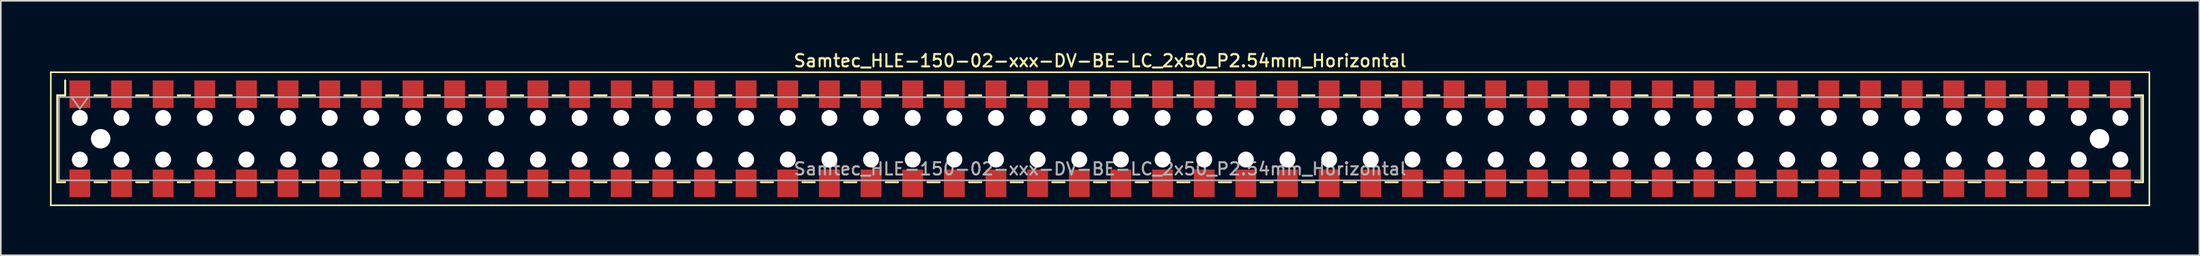
<source format=kicad_pcb>
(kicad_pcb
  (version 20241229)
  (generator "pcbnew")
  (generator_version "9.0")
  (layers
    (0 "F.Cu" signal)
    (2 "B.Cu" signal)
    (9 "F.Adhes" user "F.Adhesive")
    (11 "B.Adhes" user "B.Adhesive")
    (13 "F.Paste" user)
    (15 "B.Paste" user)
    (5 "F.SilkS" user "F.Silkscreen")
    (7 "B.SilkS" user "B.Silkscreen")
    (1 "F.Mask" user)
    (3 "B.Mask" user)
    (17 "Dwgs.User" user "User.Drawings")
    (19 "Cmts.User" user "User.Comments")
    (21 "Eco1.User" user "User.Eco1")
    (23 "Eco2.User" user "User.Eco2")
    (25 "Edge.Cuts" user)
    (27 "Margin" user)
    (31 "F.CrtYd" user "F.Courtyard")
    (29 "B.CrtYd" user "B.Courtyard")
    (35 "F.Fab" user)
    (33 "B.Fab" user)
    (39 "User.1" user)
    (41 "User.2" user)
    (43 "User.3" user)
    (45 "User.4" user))
  (footprint "Samtec_HLE-150-02-xxx-DV-BE-LC_2x50_P2.54mm_Horizontal"
    (layer "F.Cu")
    (at 64.05 5.418)
    (property "Reference" "Samtec_HLE-150-02-xxx-DV-BE-LC_2x50_P2.54mm_Horizontal" (at 0 -4.76 0) (layer "F.SilkS") (effects (font (size 0.75 0.75) (thickness 0.125))))
    (attr smd)
    (fp_line (start -64 -4.06) (end 64 -4.06) (stroke (width 0.1) (type solid)) (layer "F.SilkS"))
    (fp_line (start -64 4.06) (end -64 -4.06) (stroke (width 0.1) (type solid)) (layer "F.SilkS"))
    (fp_line (start -63.61 -2.65) (end -63.61 2.65) (stroke (width 0.12) (type solid)) (layer "F.SilkS"))
    (fp_line (start -63.61 2.65) (end -63.125 2.65) (stroke (width 0.12) (type solid)) (layer "F.SilkS"))
    (fp_line (start -63.125 -3.56) (end -63.125 -2.65) (stroke (width 0.12) (type solid)) (layer "F.SilkS"))
    (fp_line (start -63.125 -2.65) (end -63.61 -2.65) (stroke (width 0.12) (type solid)) (layer "F.SilkS"))
    (fp_line (start -61.335 -2.65) (end -60.585 -2.65) (stroke (width 0.12) (type solid)) (layer "F.SilkS"))
    (fp_line (start -61.335 2.65) (end -60.585 2.65) (stroke (width 0.12) (type solid)) (layer "F.SilkS"))
    (fp_line (start -58.795 -2.65) (end -58.045 -2.65) (stroke (width 0.12) (type solid)) (layer "F.SilkS"))
    (fp_line (start -58.795 2.65) (end -58.045 2.65) (stroke (width 0.12) (type solid)) (layer "F.SilkS"))
    (fp_line (start -56.255 -2.65) (end -55.505 -2.65) (stroke (width 0.12) (type solid)) (layer "F.SilkS"))
    (fp_line (start -56.255 2.65) (end -55.505 2.65) (stroke (width 0.12) (type solid)) (layer "F.SilkS"))
    (fp_line (start -53.715 -2.65) (end -52.965 -2.65) (stroke (width 0.12) (type solid)) (layer "F.SilkS"))
    (fp_line (start -53.715 2.65) (end -52.965 2.65) (stroke (width 0.12) (type solid)) (layer "F.SilkS"))
    (fp_line (start -51.175 -2.65) (end -50.425 -2.65) (stroke (width 0.12) (type solid)) (layer "F.SilkS"))
    (fp_line (start -51.175 2.65) (end -50.425 2.65) (stroke (width 0.12) (type solid)) (layer "F.SilkS"))
    (fp_line (start -48.635 -2.65) (end -47.885 -2.65) (stroke (width 0.12) (type solid)) (layer "F.SilkS"))
    (fp_line (start -48.635 2.65) (end -47.885 2.65) (stroke (width 0.12) (type solid)) (layer "F.SilkS"))
    (fp_line (start -46.095 -2.65) (end -45.345 -2.65) (stroke (width 0.12) (type solid)) (layer "F.SilkS"))
    (fp_line (start -46.095 2.65) (end -45.345 2.65) (stroke (width 0.12) (type solid)) (layer "F.SilkS"))
    (fp_line (start -43.555 -2.65) (end -42.805 -2.65) (stroke (width 0.12) (type solid)) (layer "F.SilkS"))
    (fp_line (start -43.555 2.65) (end -42.805 2.65) (stroke (width 0.12) (type solid)) (layer "F.SilkS"))
    (fp_line (start -41.015 -2.65) (end -40.265 -2.65) (stroke (width 0.12) (type solid)) (layer "F.SilkS"))
    (fp_line (start -41.015 2.65) (end -40.265 2.65) (stroke (width 0.12) (type solid)) (layer "F.SilkS"))
    (fp_line (start -38.475 -2.65) (end -37.725 -2.65) (stroke (width 0.12) (type solid)) (layer "F.SilkS"))
    (fp_line (start -38.475 2.65) (end -37.725 2.65) (stroke (width 0.12) (type solid)) (layer "F.SilkS"))
    (fp_line (start -35.935 -2.65) (end -35.185 -2.65) (stroke (width 0.12) (type solid)) (layer "F.SilkS"))
    (fp_line (start -35.935 2.65) (end -35.185 2.65) (stroke (width 0.12) (type solid)) (layer "F.SilkS"))
    (fp_line (start -33.395 -2.65) (end -32.645 -2.65) (stroke (width 0.12) (type solid)) (layer "F.SilkS"))
    (fp_line (start -33.395 2.65) (end -32.645 2.65) (stroke (width 0.12) (type solid)) (layer "F.SilkS"))
    (fp_line (start -30.855 -2.65) (end -30.105 -2.65) (stroke (width 0.12) (type solid)) (layer "F.SilkS"))
    (fp_line (start -30.855 2.65) (end -30.105 2.65) (stroke (width 0.12) (type solid)) (layer "F.SilkS"))
    (fp_line (start -28.315 -2.65) (end -27.565 -2.65) (stroke (width 0.12) (type solid)) (layer "F.SilkS"))
    (fp_line (start -28.315 2.65) (end -27.565 2.65) (stroke (width 0.12) (type solid)) (layer "F.SilkS"))
    (fp_line (start -25.775 -2.65) (end -25.025 -2.65) (stroke (width 0.12) (type solid)) (layer "F.SilkS"))
    (fp_line (start -25.775 2.65) (end -25.025 2.65) (stroke (width 0.12) (type solid)) (layer "F.SilkS"))
    (fp_line (start -23.235 -2.65) (end -22.485 -2.65) (stroke (width 0.12) (type solid)) (layer "F.SilkS"))
    (fp_line (start -23.235 2.65) (end -22.485 2.65) (stroke (width 0.12) (type solid)) (layer "F.SilkS"))
    (fp_line (start -20.695 -2.65) (end -19.945 -2.65) (stroke (width 0.12) (type solid)) (layer "F.SilkS"))
    (fp_line (start -20.695 2.65) (end -19.945 2.65) (stroke (width 0.12) (type solid)) (layer "F.SilkS"))
    (fp_line (start -18.155 -2.65) (end -17.405 -2.65) (stroke (width 0.12) (type solid)) (layer "F.SilkS"))
    (fp_line (start -18.155 2.65) (end -17.405 2.65) (stroke (width 0.12) (type solid)) (layer "F.SilkS"))
    (fp_line (start -15.615 -2.65) (end -14.865 -2.65) (stroke (width 0.12) (type solid)) (layer "F.SilkS"))
    (fp_line (start -15.615 2.65) (end -14.865 2.65) (stroke (width 0.12) (type solid)) (layer "F.SilkS"))
    (fp_line (start -13.075 -2.65) (end -12.325 -2.65) (stroke (width 0.12) (type solid)) (layer "F.SilkS"))
    (fp_line (start -13.075 2.65) (end -12.325 2.65) (stroke (width 0.12) (type solid)) (layer "F.SilkS"))
    (fp_line (start -10.535 -2.65) (end -9.785 -2.65) (stroke (width 0.12) (type solid)) (layer "F.SilkS"))
    (fp_line (start -10.535 2.65) (end -9.785 2.65) (stroke (width 0.12) (type solid)) (layer "F.SilkS"))
    (fp_line (start -7.995 -2.65) (end -7.245 -2.65) (stroke (width 0.12) (type solid)) (layer "F.SilkS"))
    (fp_line (start -7.995 2.65) (end -7.245 2.65) (stroke (width 0.12) (type solid)) (layer "F.SilkS"))
    (fp_line (start -5.455 -2.65) (end -4.705 -2.65) (stroke (width 0.12) (type solid)) (layer "F.SilkS"))
    (fp_line (start -5.455 2.65) (end -4.705 2.65) (stroke (width 0.12) (type solid)) (layer "F.SilkS"))
    (fp_line (start -2.915 -2.65) (end -2.165 -2.65) (stroke (width 0.12) (type solid)) (layer "F.SilkS"))
    (fp_line (start -2.915 2.65) (end -2.165 2.65) (stroke (width 0.12) (type solid)) (layer "F.SilkS"))
    (fp_line (start -0.375 -2.65) (end 0.375 -2.65) (stroke (width 0.12) (type solid)) (layer "F.SilkS"))
    (fp_line (start -0.375 2.65) (end 0.375 2.65) (stroke (width 0.12) (type solid)) (layer "F.SilkS"))
    (fp_line (start 2.165 -2.65) (end 2.915 -2.65) (stroke (width 0.12) (type solid)) (layer "F.SilkS"))
    (fp_line (start 2.165 2.65) (end 2.915 2.65) (stroke (width 0.12) (type solid)) (layer "F.SilkS"))
    (fp_line (start 4.705 -2.65) (end 5.455 -2.65) (stroke (width 0.12) (type solid)) (layer "F.SilkS"))
    (fp_line (start 4.705 2.65) (end 5.455 2.65) (stroke (width 0.12) (type solid)) (layer "F.SilkS"))
    (fp_line (start 7.245 -2.65) (end 7.995 -2.65) (stroke (width 0.12) (type solid)) (layer "F.SilkS"))
    (fp_line (start 7.245 2.65) (end 7.995 2.65) (stroke (width 0.12) (type solid)) (layer "F.SilkS"))
    (fp_line (start 9.785 -2.65) (end 10.535 -2.65) (stroke (width 0.12) (type solid)) (layer "F.SilkS"))
    (fp_line (start 9.785 2.65) (end 10.535 2.65) (stroke (width 0.12) (type solid)) (layer "F.SilkS"))
    (fp_line (start 12.325 -2.65) (end 13.075 -2.65) (stroke (width 0.12) (type solid)) (layer "F.SilkS"))
    (fp_line (start 12.325 2.65) (end 13.075 2.65) (stroke (width 0.12) (type solid)) (layer "F.SilkS"))
    (fp_line (start 14.865 -2.65) (end 15.615 -2.65) (stroke (width 0.12) (type solid)) (layer "F.SilkS"))
    (fp_line (start 14.865 2.65) (end 15.615 2.65) (stroke (width 0.12) (type solid)) (layer "F.SilkS"))
    (fp_line (start 17.405 -2.65) (end 18.155 -2.65) (stroke (width 0.12) (type solid)) (layer "F.SilkS"))
    (fp_line (start 17.405 2.65) (end 18.155 2.65) (stroke (width 0.12) (type solid)) (layer "F.SilkS"))
    (fp_line (start 19.945 -2.65) (end 20.695 -2.65) (stroke (width 0.12) (type solid)) (layer "F.SilkS"))
    (fp_line (start 19.945 2.65) (end 20.695 2.65) (stroke (width 0.12) (type solid)) (layer "F.SilkS"))
    (fp_line (start 22.485 -2.65) (end 23.235 -2.65) (stroke (width 0.12) (type solid)) (layer "F.SilkS"))
    (fp_line (start 22.485 2.65) (end 23.235 2.65) (stroke (width 0.12) (type solid)) (layer "F.SilkS"))
    (fp_line (start 25.025 -2.65) (end 25.775 -2.65) (stroke (width 0.12) (type solid)) (layer "F.SilkS"))
    (fp_line (start 25.025 2.65) (end 25.775 2.65) (stroke (width 0.12) (type solid)) (layer "F.SilkS"))
    (fp_line (start 27.565 -2.65) (end 28.315 -2.65) (stroke (width 0.12) (type solid)) (layer "F.SilkS"))
    (fp_line (start 27.565 2.65) (end 28.315 2.65) (stroke (width 0.12) (type solid)) (layer "F.SilkS"))
    (fp_line (start 30.105 -2.65) (end 30.855 -2.65) (stroke (width 0.12) (type solid)) (layer "F.SilkS"))
    (fp_line (start 30.105 2.65) (end 30.855 2.65) (stroke (width 0.12) (type solid)) (layer "F.SilkS"))
    (fp_line (start 32.645 -2.65) (end 33.395 -2.65) (stroke (width 0.12) (type solid)) (layer "F.SilkS"))
    (fp_line (start 32.645 2.65) (end 33.395 2.65) (stroke (width 0.12) (type solid)) (layer "F.SilkS"))
    (fp_line (start 35.185 -2.65) (end 35.935 -2.65) (stroke (width 0.12) (type solid)) (layer "F.SilkS"))
    (fp_line (start 35.185 2.65) (end 35.935 2.65) (stroke (width 0.12) (type solid)) (layer "F.SilkS"))
    (fp_line (start 37.725 -2.65) (end 38.475 -2.65) (stroke (width 0.12) (type solid)) (layer "F.SilkS"))
    (fp_line (start 37.725 2.65) (end 38.475 2.65) (stroke (width 0.12) (type solid)) (layer "F.SilkS"))
    (fp_line (start 40.265 -2.65) (end 41.015 -2.65) (stroke (width 0.12) (type solid)) (layer "F.SilkS"))
    (fp_line (start 40.265 2.65) (end 41.015 2.65) (stroke (width 0.12) (type solid)) (layer "F.SilkS"))
    (fp_line (start 42.805 -2.65) (end 43.555 -2.65) (stroke (width 0.12) (type solid)) (layer "F.SilkS"))
    (fp_line (start 42.805 2.65) (end 43.555 2.65) (stroke (width 0.12) (type solid)) (layer "F.SilkS"))
    (fp_line (start 45.345 -2.65) (end 46.095 -2.65) (stroke (width 0.12) (type solid)) (layer "F.SilkS"))
    (fp_line (start 45.345 2.65) (end 46.095 2.65) (stroke (width 0.12) (type solid)) (layer "F.SilkS"))
    (fp_line (start 47.885 -2.65) (end 48.635 -2.65) (stroke (width 0.12) (type solid)) (layer "F.SilkS"))
    (fp_line (start 47.885 2.65) (end 48.635 2.65) (stroke (width 0.12) (type solid)) (layer "F.SilkS"))
    (fp_line (start 50.425 -2.65) (end 51.175 -2.65) (stroke (width 0.12) (type solid)) (layer "F.SilkS"))
    (fp_line (start 50.425 2.65) (end 51.175 2.65) (stroke (width 0.12) (type solid)) (layer "F.SilkS"))
    (fp_line (start 52.965 -2.65) (end 53.715 -2.65) (stroke (width 0.12) (type solid)) (layer "F.SilkS"))
    (fp_line (start 52.965 2.65) (end 53.715 2.65) (stroke (width 0.12) (type solid)) (layer "F.SilkS"))
    (fp_line (start 55.505 -2.65) (end 56.255 -2.65) (stroke (width 0.12) (type solid)) (layer "F.SilkS"))
    (fp_line (start 55.505 2.65) (end 56.255 2.65) (stroke (width 0.12) (type solid)) (layer "F.SilkS"))
    (fp_line (start 58.045 -2.65) (end 58.795 -2.65) (stroke (width 0.12) (type solid)) (layer "F.SilkS"))
    (fp_line (start 58.045 2.65) (end 58.795 2.65) (stroke (width 0.12) (type solid)) (layer "F.SilkS"))
    (fp_line (start 60.585 -2.65) (end 61.335 -2.65) (stroke (width 0.12) (type solid)) (layer "F.SilkS"))
    (fp_line (start 60.585 2.65) (end 61.335 2.65) (stroke (width 0.12) (type solid)) (layer "F.SilkS"))
    (fp_line (start 63.125 -2.65) (end 63.61 -2.65) (stroke (width 0.12) (type solid)) (layer "F.SilkS"))
    (fp_line (start 63.61 -2.65) (end 63.61 2.65) (stroke (width 0.12) (type solid)) (layer "F.SilkS"))
    (fp_line (start 63.61 2.65) (end 63.125 2.65) (stroke (width 0.12) (type solid)) (layer "F.SilkS"))
    (fp_line (start 64 -4.06) (end 64 4.06) (stroke (width 0.1) (type solid)) (layer "F.SilkS"))
    (fp_line (start 64 4.06) (end -64 4.06) (stroke (width 0.1) (type solid)) (layer "F.SilkS"))
    (fp_line (start -63.5 -2.54) (end 63.5 -2.54) (stroke (width 0.1) (type solid)) (layer "F.Fab"))
    (fp_line (start -63.5 2.54) (end -63.5 -2.54) (stroke (width 0.1) (type solid)) (layer "F.Fab"))
    (fp_line (start -62.73 -2.54) (end -62.23 -1.833) (stroke (width 0.1) (type solid)) (layer "F.Fab"))
    (fp_line (start -62.23 -1.833) (end -61.73 -2.54) (stroke (width 0.1) (type solid)) (layer "F.Fab"))
    (fp_line (start 63.5 -2.54) (end 63.5 2.54) (stroke (width 0.1) (type solid)) (layer "F.Fab"))
    (fp_line (start 63.5 2.54) (end -63.5 2.54) (stroke (width 0.1) (type solid)) (layer "F.Fab"))
    (fp_text user "${REFERENCE}" (at 0 1.84 0) (layer "F.Fab") (effects (font (size 0.75 0.75) (thickness 0.125))))
    (pad "" np_thru_hole circle (at -62.23 -1.27) (size 0.97 0.97) (drill 0.97) (layers "*.Cu" "*.Mask"))
    (pad "" np_thru_hole circle (at -62.23 1.27) (size 0.97 0.97) (drill 0.97) (layers "*.Cu" "*.Mask"))
    (pad "" np_thru_hole circle (at -60.96 0) (size 1.19 1.19) (drill 1.19) (layers "*.Cu" "*.Mask"))
    (pad "" np_thru_hole circle (at -59.69 -1.27) (size 0.97 0.97) (drill 0.97) (layers "*.Cu" "*.Mask"))
    (pad "" np_thru_hole circle (at -59.69 1.27) (size 0.97 0.97) (drill 0.97) (layers "*.Cu" "*.Mask"))
    (pad "" np_thru_hole circle (at -57.15 -1.27) (size 0.97 0.97) (drill 0.97) (layers "*.Cu" "*.Mask"))
    (pad "" np_thru_hole circle (at -57.15 1.27) (size 0.97 0.97) (drill 0.97) (layers "*.Cu" "*.Mask"))
    (pad "" np_thru_hole circle (at -54.61 -1.27) (size 0.97 0.97) (drill 0.97) (layers "*.Cu" "*.Mask"))
    (pad "" np_thru_hole circle (at -54.61 1.27) (size 0.97 0.97) (drill 0.97) (layers "*.Cu" "*.Mask"))
    (pad "" np_thru_hole circle (at -52.07 -1.27) (size 0.97 0.97) (drill 0.97) (layers "*.Cu" "*.Mask"))
    (pad "" np_thru_hole circle (at -52.07 1.27) (size 0.97 0.97) (drill 0.97) (layers "*.Cu" "*.Mask"))
    (pad "" np_thru_hole circle (at -49.53 -1.27) (size 0.97 0.97) (drill 0.97) (layers "*.Cu" "*.Mask"))
    (pad "" np_thru_hole circle (at -49.53 1.27) (size 0.97 0.97) (drill 0.97) (layers "*.Cu" "*.Mask"))
    (pad "" np_thru_hole circle (at -46.99 -1.27) (size 0.97 0.97) (drill 0.97) (layers "*.Cu" "*.Mask"))
    (pad "" np_thru_hole circle (at -46.99 1.27) (size 0.97 0.97) (drill 0.97) (layers "*.Cu" "*.Mask"))
    (pad "" np_thru_hole circle (at -44.45 -1.27) (size 0.97 0.97) (drill 0.97) (layers "*.Cu" "*.Mask"))
    (pad "" np_thru_hole circle (at -44.45 1.27) (size 0.97 0.97) (drill 0.97) (layers "*.Cu" "*.Mask"))
    (pad "" np_thru_hole circle (at -41.91 -1.27) (size 0.97 0.97) (drill 0.97) (layers "*.Cu" "*.Mask"))
    (pad "" np_thru_hole circle (at -41.91 1.27) (size 0.97 0.97) (drill 0.97) (layers "*.Cu" "*.Mask"))
    (pad "" np_thru_hole circle (at -39.37 -1.27) (size 0.97 0.97) (drill 0.97) (layers "*.Cu" "*.Mask"))
    (pad "" np_thru_hole circle (at -39.37 1.27) (size 0.97 0.97) (drill 0.97) (layers "*.Cu" "*.Mask"))
    (pad "" np_thru_hole circle (at -36.83 -1.27) (size 0.97 0.97) (drill 0.97) (layers "*.Cu" "*.Mask"))
    (pad "" np_thru_hole circle (at -36.83 1.27) (size 0.97 0.97) (drill 0.97) (layers "*.Cu" "*.Mask"))
    (pad "" np_thru_hole circle (at -34.29 -1.27) (size 0.97 0.97) (drill 0.97) (layers "*.Cu" "*.Mask"))
    (pad "" np_thru_hole circle (at -34.29 1.27) (size 0.97 0.97) (drill 0.97) (layers "*.Cu" "*.Mask"))
    (pad "" np_thru_hole circle (at -31.75 -1.27) (size 0.97 0.97) (drill 0.97) (layers "*.Cu" "*.Mask"))
    (pad "" np_thru_hole circle (at -31.75 1.27) (size 0.97 0.97) (drill 0.97) (layers "*.Cu" "*.Mask"))
    (pad "" np_thru_hole circle (at -29.21 -1.27) (size 0.97 0.97) (drill 0.97) (layers "*.Cu" "*.Mask"))
    (pad "" np_thru_hole circle (at -29.21 1.27) (size 0.97 0.97) (drill 0.97) (layers "*.Cu" "*.Mask"))
    (pad "" np_thru_hole circle (at -26.67 -1.27) (size 0.97 0.97) (drill 0.97) (layers "*.Cu" "*.Mask"))
    (pad "" np_thru_hole circle (at -26.67 1.27) (size 0.97 0.97) (drill 0.97) (layers "*.Cu" "*.Mask"))
    (pad "" np_thru_hole circle (at -24.13 -1.27) (size 0.97 0.97) (drill 0.97) (layers "*.Cu" "*.Mask"))
    (pad "" np_thru_hole circle (at -24.13 1.27) (size 0.97 0.97) (drill 0.97) (layers "*.Cu" "*.Mask"))
    (pad "" np_thru_hole circle (at -21.59 -1.27) (size 0.97 0.97) (drill 0.97) (layers "*.Cu" "*.Mask"))
    (pad "" np_thru_hole circle (at -21.59 1.27) (size 0.97 0.97) (drill 0.97) (layers "*.Cu" "*.Mask"))
    (pad "" np_thru_hole circle (at -19.05 -1.27) (size 0.97 0.97) (drill 0.97) (layers "*.Cu" "*.Mask"))
    (pad "" np_thru_hole circle (at -19.05 1.27) (size 0.97 0.97) (drill 0.97) (layers "*.Cu" "*.Mask"))
    (pad "" np_thru_hole circle (at -16.51 -1.27) (size 0.97 0.97) (drill 0.97) (layers "*.Cu" "*.Mask"))
    (pad "" np_thru_hole circle (at -16.51 1.27) (size 0.97 0.97) (drill 0.97) (layers "*.Cu" "*.Mask"))
    (pad "" np_thru_hole circle (at -13.97 -1.27) (size 0.97 0.97) (drill 0.97) (layers "*.Cu" "*.Mask"))
    (pad "" np_thru_hole circle (at -13.97 1.27) (size 0.97 0.97) (drill 0.97) (layers "*.Cu" "*.Mask"))
    (pad "" np_thru_hole circle (at -11.43 -1.27) (size 0.97 0.97) (drill 0.97) (layers "*.Cu" "*.Mask"))
    (pad "" np_thru_hole circle (at -11.43 1.27) (size 0.97 0.97) (drill 0.97) (layers "*.Cu" "*.Mask"))
    (pad "" np_thru_hole circle (at -8.89 -1.27) (size 0.97 0.97) (drill 0.97) (layers "*.Cu" "*.Mask"))
    (pad "" np_thru_hole circle (at -8.89 1.27) (size 0.97 0.97) (drill 0.97) (layers "*.Cu" "*.Mask"))
    (pad "" np_thru_hole circle (at -6.35 -1.27) (size 0.97 0.97) (drill 0.97) (layers "*.Cu" "*.Mask"))
    (pad "" np_thru_hole circle (at -6.35 1.27) (size 0.97 0.97) (drill 0.97) (layers "*.Cu" "*.Mask"))
    (pad "" np_thru_hole circle (at -3.81 -1.27) (size 0.97 0.97) (drill 0.97) (layers "*.Cu" "*.Mask"))
    (pad "" np_thru_hole circle (at -3.81 1.27) (size 0.97 0.97) (drill 0.97) (layers "*.Cu" "*.Mask"))
    (pad "" np_thru_hole circle (at -1.27 -1.27) (size 0.97 0.97) (drill 0.97) (layers "*.Cu" "*.Mask"))
    (pad "" np_thru_hole circle (at -1.27 1.27) (size 0.97 0.97) (drill 0.97) (layers "*.Cu" "*.Mask"))
    (pad "" np_thru_hole circle (at 1.27 -1.27) (size 0.97 0.97) (drill 0.97) (layers "*.Cu" "*.Mask"))
    (pad "" np_thru_hole circle (at 1.27 1.27) (size 0.97 0.97) (drill 0.97) (layers "*.Cu" "*.Mask"))
    (pad "" np_thru_hole circle (at 3.81 -1.27) (size 0.97 0.97) (drill 0.97) (layers "*.Cu" "*.Mask"))
    (pad "" np_thru_hole circle (at 3.81 1.27) (size 0.97 0.97) (drill 0.97) (layers "*.Cu" "*.Mask"))
    (pad "" np_thru_hole circle (at 6.35 -1.27) (size 0.97 0.97) (drill 0.97) (layers "*.Cu" "*.Mask"))
    (pad "" np_thru_hole circle (at 6.35 1.27) (size 0.97 0.97) (drill 0.97) (layers "*.Cu" "*.Mask"))
    (pad "" np_thru_hole circle (at 8.89 -1.27) (size 0.97 0.97) (drill 0.97) (layers "*.Cu" "*.Mask"))
    (pad "" np_thru_hole circle (at 8.89 1.27) (size 0.97 0.97) (drill 0.97) (layers "*.Cu" "*.Mask"))
    (pad "" np_thru_hole circle (at 11.43 -1.27) (size 0.97 0.97) (drill 0.97) (layers "*.Cu" "*.Mask"))
    (pad "" np_thru_hole circle (at 11.43 1.27) (size 0.97 0.97) (drill 0.97) (layers "*.Cu" "*.Mask"))
    (pad "" np_thru_hole circle (at 13.97 -1.27) (size 0.97 0.97) (drill 0.97) (layers "*.Cu" "*.Mask"))
    (pad "" np_thru_hole circle (at 13.97 1.27) (size 0.97 0.97) (drill 0.97) (layers "*.Cu" "*.Mask"))
    (pad "" np_thru_hole circle (at 16.51 -1.27) (size 0.97 0.97) (drill 0.97) (layers "*.Cu" "*.Mask"))
    (pad "" np_thru_hole circle (at 16.51 1.27) (size 0.97 0.97) (drill 0.97) (layers "*.Cu" "*.Mask"))
    (pad "" np_thru_hole circle (at 19.05 -1.27) (size 0.97 0.97) (drill 0.97) (layers "*.Cu" "*.Mask"))
    (pad "" np_thru_hole circle (at 19.05 1.27) (size 0.97 0.97) (drill 0.97) (layers "*.Cu" "*.Mask"))
    (pad "" np_thru_hole circle (at 21.59 -1.27) (size 0.97 0.97) (drill 0.97) (layers "*.Cu" "*.Mask"))
    (pad "" np_thru_hole circle (at 21.59 1.27) (size 0.97 0.97) (drill 0.97) (layers "*.Cu" "*.Mask"))
    (pad "" np_thru_hole circle (at 24.13 -1.27) (size 0.97 0.97) (drill 0.97) (layers "*.Cu" "*.Mask"))
    (pad "" np_thru_hole circle (at 24.13 1.27) (size 0.97 0.97) (drill 0.97) (layers "*.Cu" "*.Mask"))
    (pad "" np_thru_hole circle (at 26.67 -1.27) (size 0.97 0.97) (drill 0.97) (layers "*.Cu" "*.Mask"))
    (pad "" np_thru_hole circle (at 26.67 1.27) (size 0.97 0.97) (drill 0.97) (layers "*.Cu" "*.Mask"))
    (pad "" np_thru_hole circle (at 29.21 -1.27) (size 0.97 0.97) (drill 0.97) (layers "*.Cu" "*.Mask"))
    (pad "" np_thru_hole circle (at 29.21 1.27) (size 0.97 0.97) (drill 0.97) (layers "*.Cu" "*.Mask"))
    (pad "" np_thru_hole circle (at 31.75 -1.27) (size 0.97 0.97) (drill 0.97) (layers "*.Cu" "*.Mask"))
    (pad "" np_thru_hole circle (at 31.75 1.27) (size 0.97 0.97) (drill 0.97) (layers "*.Cu" "*.Mask"))
    (pad "" np_thru_hole circle (at 34.29 -1.27) (size 0.97 0.97) (drill 0.97) (layers "*.Cu" "*.Mask"))
    (pad "" np_thru_hole circle (at 34.29 1.27) (size 0.97 0.97) (drill 0.97) (layers "*.Cu" "*.Mask"))
    (pad "" np_thru_hole circle (at 36.83 -1.27) (size 0.97 0.97) (drill 0.97) (layers "*.Cu" "*.Mask"))
    (pad "" np_thru_hole circle (at 36.83 1.27) (size 0.97 0.97) (drill 0.97) (layers "*.Cu" "*.Mask"))
    (pad "" np_thru_hole circle (at 39.37 -1.27) (size 0.97 0.97) (drill 0.97) (layers "*.Cu" "*.Mask"))
    (pad "" np_thru_hole circle (at 39.37 1.27) (size 0.97 0.97) (drill 0.97) (layers "*.Cu" "*.Mask"))
    (pad "" np_thru_hole circle (at 41.91 -1.27) (size 0.97 0.97) (drill 0.97) (layers "*.Cu" "*.Mask"))
    (pad "" np_thru_hole circle (at 41.91 1.27) (size 0.97 0.97) (drill 0.97) (layers "*.Cu" "*.Mask"))
    (pad "" np_thru_hole circle (at 44.45 -1.27) (size 0.97 0.97) (drill 0.97) (layers "*.Cu" "*.Mask"))
    (pad "" np_thru_hole circle (at 44.45 1.27) (size 0.97 0.97) (drill 0.97) (layers "*.Cu" "*.Mask"))
    (pad "" np_thru_hole circle (at 46.99 -1.27) (size 0.97 0.97) (drill 0.97) (layers "*.Cu" "*.Mask"))
    (pad "" np_thru_hole circle (at 46.99 1.27) (size 0.97 0.97) (drill 0.97) (layers "*.Cu" "*.Mask"))
    (pad "" np_thru_hole circle (at 49.53 -1.27) (size 0.97 0.97) (drill 0.97) (layers "*.Cu" "*.Mask"))
    (pad "" np_thru_hole circle (at 49.53 1.27) (size 0.97 0.97) (drill 0.97) (layers "*.Cu" "*.Mask"))
    (pad "" np_thru_hole circle (at 52.07 -1.27) (size 0.97 0.97) (drill 0.97) (layers "*.Cu" "*.Mask"))
    (pad "" np_thru_hole circle (at 52.07 1.27) (size 0.97 0.97) (drill 0.97) (layers "*.Cu" "*.Mask"))
    (pad "" np_thru_hole circle (at 54.61 -1.27) (size 0.97 0.97) (drill 0.97) (layers "*.Cu" "*.Mask"))
    (pad "" np_thru_hole circle (at 54.61 1.27) (size 0.97 0.97) (drill 0.97) (layers "*.Cu" "*.Mask"))
    (pad "" np_thru_hole circle (at 57.15 -1.27) (size 0.97 0.97) (drill 0.97) (layers "*.Cu" "*.Mask"))
    (pad "" np_thru_hole circle (at 57.15 1.27) (size 0.97 0.97) (drill 0.97) (layers "*.Cu" "*.Mask"))
    (pad "" np_thru_hole circle (at 59.69 -1.27) (size 0.97 0.97) (drill 0.97) (layers "*.Cu" "*.Mask"))
    (pad "" np_thru_hole circle (at 59.69 1.27) (size 0.97 0.97) (drill 0.97) (layers "*.Cu" "*.Mask"))
    (pad "" np_thru_hole circle (at 60.96 0) (size 1.19 1.19) (drill 1.19) (layers "*.Cu" "*.Mask"))
    (pad "" np_thru_hole circle (at 62.23 -1.27) (size 0.97 0.97) (drill 0.97) (layers "*.Cu" "*.Mask"))
    (pad "" np_thru_hole circle (at 62.23 1.27) (size 0.97 0.97) (drill 0.97) (layers "*.Cu" "*.Mask"))
    (pad "1" smd rect (at -62.23 -2.72) (size 1.27 1.68) (layers "F.Cu" "F.Mask" "F.Paste"))
    (pad "2" smd rect (at -62.23 2.72) (size 1.27 1.68) (layers "F.Cu" "F.Mask" "F.Paste"))
    (pad "3" smd rect (at -59.69 -2.72) (size 1.27 1.68) (layers "F.Cu" "F.Mask" "F.Paste"))
    (pad "4" smd rect (at -59.69 2.72) (size 1.27 1.68) (layers "F.Cu" "F.Mask" "F.Paste"))
    (pad "5" smd rect (at -57.15 -2.72) (size 1.27 1.68) (layers "F.Cu" "F.Mask" "F.Paste"))
    (pad "6" smd rect (at -57.15 2.72) (size 1.27 1.68) (layers "F.Cu" "F.Mask" "F.Paste"))
    (pad "7" smd rect (at -54.61 -2.72) (size 1.27 1.68) (layers "F.Cu" "F.Mask" "F.Paste"))
    (pad "8" smd rect (at -54.61 2.72) (size 1.27 1.68) (layers "F.Cu" "F.Mask" "F.Paste"))
    (pad "9" smd rect (at -52.07 -2.72) (size 1.27 1.68) (layers "F.Cu" "F.Mask" "F.Paste"))
    (pad "10" smd rect (at -52.07 2.72) (size 1.27 1.68) (layers "F.Cu" "F.Mask" "F.Paste"))
    (pad "11" smd rect (at -49.53 -2.72) (size 1.27 1.68) (layers "F.Cu" "F.Mask" "F.Paste"))
    (pad "12" smd rect (at -49.53 2.72) (size 1.27 1.68) (layers "F.Cu" "F.Mask" "F.Paste"))
    (pad "13" smd rect (at -46.99 -2.72) (size 1.27 1.68) (layers "F.Cu" "F.Mask" "F.Paste"))
    (pad "14" smd rect (at -46.99 2.72) (size 1.27 1.68) (layers "F.Cu" "F.Mask" "F.Paste"))
    (pad "15" smd rect (at -44.45 -2.72) (size 1.27 1.68) (layers "F.Cu" "F.Mask" "F.Paste"))
    (pad "16" smd rect (at -44.45 2.72) (size 1.27 1.68) (layers "F.Cu" "F.Mask" "F.Paste"))
    (pad "17" smd rect (at -41.91 -2.72) (size 1.27 1.68) (layers "F.Cu" "F.Mask" "F.Paste"))
    (pad "18" smd rect (at -41.91 2.72) (size 1.27 1.68) (layers "F.Cu" "F.Mask" "F.Paste"))
    (pad "19" smd rect (at -39.37 -2.72) (size 1.27 1.68) (layers "F.Cu" "F.Mask" "F.Paste"))
    (pad "20" smd rect (at -39.37 2.72) (size 1.27 1.68) (layers "F.Cu" "F.Mask" "F.Paste"))
    (pad "21" smd rect (at -36.83 -2.72) (size 1.27 1.68) (layers "F.Cu" "F.Mask" "F.Paste"))
    (pad "22" smd rect (at -36.83 2.72) (size 1.27 1.68) (layers "F.Cu" "F.Mask" "F.Paste"))
    (pad "23" smd rect (at -34.29 -2.72) (size 1.27 1.68) (layers "F.Cu" "F.Mask" "F.Paste"))
    (pad "24" smd rect (at -34.29 2.72) (size 1.27 1.68) (layers "F.Cu" "F.Mask" "F.Paste"))
    (pad "25" smd rect (at -31.75 -2.72) (size 1.27 1.68) (layers "F.Cu" "F.Mask" "F.Paste"))
    (pad "26" smd rect (at -31.75 2.72) (size 1.27 1.68) (layers "F.Cu" "F.Mask" "F.Paste"))
    (pad "27" smd rect (at -29.21 -2.72) (size 1.27 1.68) (layers "F.Cu" "F.Mask" "F.Paste"))
    (pad "28" smd rect (at -29.21 2.72) (size 1.27 1.68) (layers "F.Cu" "F.Mask" "F.Paste"))
    (pad "29" smd rect (at -26.67 -2.72) (size 1.27 1.68) (layers "F.Cu" "F.Mask" "F.Paste"))
    (pad "30" smd rect (at -26.67 2.72) (size 1.27 1.68) (layers "F.Cu" "F.Mask" "F.Paste"))
    (pad "31" smd rect (at -24.13 -2.72) (size 1.27 1.68) (layers "F.Cu" "F.Mask" "F.Paste"))
    (pad "32" smd rect (at -24.13 2.72) (size 1.27 1.68) (layers "F.Cu" "F.Mask" "F.Paste"))
    (pad "33" smd rect (at -21.59 -2.72) (size 1.27 1.68) (layers "F.Cu" "F.Mask" "F.Paste"))
    (pad "34" smd rect (at -21.59 2.72) (size 1.27 1.68) (layers "F.Cu" "F.Mask" "F.Paste"))
    (pad "35" smd rect (at -19.05 -2.72) (size 1.27 1.68) (layers "F.Cu" "F.Mask" "F.Paste"))
    (pad "36" smd rect (at -19.05 2.72) (size 1.27 1.68) (layers "F.Cu" "F.Mask" "F.Paste"))
    (pad "37" smd rect (at -16.51 -2.72) (size 1.27 1.68) (layers "F.Cu" "F.Mask" "F.Paste"))
    (pad "38" smd rect (at -16.51 2.72) (size 1.27 1.68) (layers "F.Cu" "F.Mask" "F.Paste"))
    (pad "39" smd rect (at -13.97 -2.72) (size 1.27 1.68) (layers "F.Cu" "F.Mask" "F.Paste"))
    (pad "40" smd rect (at -13.97 2.72) (size 1.27 1.68) (layers "F.Cu" "F.Mask" "F.Paste"))
    (pad "41" smd rect (at -11.43 -2.72) (size 1.27 1.68) (layers "F.Cu" "F.Mask" "F.Paste"))
    (pad "42" smd rect (at -11.43 2.72) (size 1.27 1.68) (layers "F.Cu" "F.Mask" "F.Paste"))
    (pad "43" smd rect (at -8.89 -2.72) (size 1.27 1.68) (layers "F.Cu" "F.Mask" "F.Paste"))
    (pad "44" smd rect (at -8.89 2.72) (size 1.27 1.68) (layers "F.Cu" "F.Mask" "F.Paste"))
    (pad "45" smd rect (at -6.35 -2.72) (size 1.27 1.68) (layers "F.Cu" "F.Mask" "F.Paste"))
    (pad "46" smd rect (at -6.35 2.72) (size 1.27 1.68) (layers "F.Cu" "F.Mask" "F.Paste"))
    (pad "47" smd rect (at -3.81 -2.72) (size 1.27 1.68) (layers "F.Cu" "F.Mask" "F.Paste"))
    (pad "48" smd rect (at -3.81 2.72) (size 1.27 1.68) (layers "F.Cu" "F.Mask" "F.Paste"))
    (pad "49" smd rect (at -1.27 -2.72) (size 1.27 1.68) (layers "F.Cu" "F.Mask" "F.Paste"))
    (pad "50" smd rect (at -1.27 2.72) (size 1.27 1.68) (layers "F.Cu" "F.Mask" "F.Paste"))
    (pad "51" smd rect (at 1.27 -2.72) (size 1.27 1.68) (layers "F.Cu" "F.Mask" "F.Paste"))
    (pad "52" smd rect (at 1.27 2.72) (size 1.27 1.68) (layers "F.Cu" "F.Mask" "F.Paste"))
    (pad "53" smd rect (at 3.81 -2.72) (size 1.27 1.68) (layers "F.Cu" "F.Mask" "F.Paste"))
    (pad "54" smd rect (at 3.81 2.72) (size 1.27 1.68) (layers "F.Cu" "F.Mask" "F.Paste"))
    (pad "55" smd rect (at 6.35 -2.72) (size 1.27 1.68) (layers "F.Cu" "F.Mask" "F.Paste"))
    (pad "56" smd rect (at 6.35 2.72) (size 1.27 1.68) (layers "F.Cu" "F.Mask" "F.Paste"))
    (pad "57" smd rect (at 8.89 -2.72) (size 1.27 1.68) (layers "F.Cu" "F.Mask" "F.Paste"))
    (pad "58" smd rect (at 8.89 2.72) (size 1.27 1.68) (layers "F.Cu" "F.Mask" "F.Paste"))
    (pad "59" smd rect (at 11.43 -2.72) (size 1.27 1.68) (layers "F.Cu" "F.Mask" "F.Paste"))
    (pad "60" smd rect (at 11.43 2.72) (size 1.27 1.68) (layers "F.Cu" "F.Mask" "F.Paste"))
    (pad "61" smd rect (at 13.97 -2.72) (size 1.27 1.68) (layers "F.Cu" "F.Mask" "F.Paste"))
    (pad "62" smd rect (at 13.97 2.72) (size 1.27 1.68) (layers "F.Cu" "F.Mask" "F.Paste"))
    (pad "63" smd rect (at 16.51 -2.72) (size 1.27 1.68) (layers "F.Cu" "F.Mask" "F.Paste"))
    (pad "64" smd rect (at 16.51 2.72) (size 1.27 1.68) (layers "F.Cu" "F.Mask" "F.Paste"))
    (pad "65" smd rect (at 19.05 -2.72) (size 1.27 1.68) (layers "F.Cu" "F.Mask" "F.Paste"))
    (pad "66" smd rect (at 19.05 2.72) (size 1.27 1.68) (layers "F.Cu" "F.Mask" "F.Paste"))
    (pad "67" smd rect (at 21.59 -2.72) (size 1.27 1.68) (layers "F.Cu" "F.Mask" "F.Paste"))
    (pad "68" smd rect (at 21.59 2.72) (size 1.27 1.68) (layers "F.Cu" "F.Mask" "F.Paste"))
    (pad "69" smd rect (at 24.13 -2.72) (size 1.27 1.68) (layers "F.Cu" "F.Mask" "F.Paste"))
    (pad "70" smd rect (at 24.13 2.72) (size 1.27 1.68) (layers "F.Cu" "F.Mask" "F.Paste"))
    (pad "71" smd rect (at 26.67 -2.72) (size 1.27 1.68) (layers "F.Cu" "F.Mask" "F.Paste"))
    (pad "72" smd rect (at 26.67 2.72) (size 1.27 1.68) (layers "F.Cu" "F.Mask" "F.Paste"))
    (pad "73" smd rect (at 29.21 -2.72) (size 1.27 1.68) (layers "F.Cu" "F.Mask" "F.Paste"))
    (pad "74" smd rect (at 29.21 2.72) (size 1.27 1.68) (layers "F.Cu" "F.Mask" "F.Paste"))
    (pad "75" smd rect (at 31.75 -2.72) (size 1.27 1.68) (layers "F.Cu" "F.Mask" "F.Paste"))
    (pad "76" smd rect (at 31.75 2.72) (size 1.27 1.68) (layers "F.Cu" "F.Mask" "F.Paste"))
    (pad "77" smd rect (at 34.29 -2.72) (size 1.27 1.68) (layers "F.Cu" "F.Mask" "F.Paste"))
    (pad "78" smd rect (at 34.29 2.72) (size 1.27 1.68) (layers "F.Cu" "F.Mask" "F.Paste"))
    (pad "79" smd rect (at 36.83 -2.72) (size 1.27 1.68) (layers "F.Cu" "F.Mask" "F.Paste"))
    (pad "80" smd rect (at 36.83 2.72) (size 1.27 1.68) (layers "F.Cu" "F.Mask" "F.Paste"))
    (pad "81" smd rect (at 39.37 -2.72) (size 1.27 1.68) (layers "F.Cu" "F.Mask" "F.Paste"))
    (pad "82" smd rect (at 39.37 2.72) (size 1.27 1.68) (layers "F.Cu" "F.Mask" "F.Paste"))
    (pad "83" smd rect (at 41.91 -2.72) (size 1.27 1.68) (layers "F.Cu" "F.Mask" "F.Paste"))
    (pad "84" smd rect (at 41.91 2.72) (size 1.27 1.68) (layers "F.Cu" "F.Mask" "F.Paste"))
    (pad "85" smd rect (at 44.45 -2.72) (size 1.27 1.68) (layers "F.Cu" "F.Mask" "F.Paste"))
    (pad "86" smd rect (at 44.45 2.72) (size 1.27 1.68) (layers "F.Cu" "F.Mask" "F.Paste"))
    (pad "87" smd rect (at 46.99 -2.72) (size 1.27 1.68) (layers "F.Cu" "F.Mask" "F.Paste"))
    (pad "88" smd rect (at 46.99 2.72) (size 1.27 1.68) (layers "F.Cu" "F.Mask" "F.Paste"))
    (pad "89" smd rect (at 49.53 -2.72) (size 1.27 1.68) (layers "F.Cu" "F.Mask" "F.Paste"))
    (pad "90" smd rect (at 49.53 2.72) (size 1.27 1.68) (layers "F.Cu" "F.Mask" "F.Paste"))
    (pad "91" smd rect (at 52.07 -2.72) (size 1.27 1.68) (layers "F.Cu" "F.Mask" "F.Paste"))
    (pad "92" smd rect (at 52.07 2.72) (size 1.27 1.68) (layers "F.Cu" "F.Mask" "F.Paste"))
    (pad "93" smd rect (at 54.61 -2.72) (size 1.27 1.68) (layers "F.Cu" "F.Mask" "F.Paste"))
    (pad "94" smd rect (at 54.61 2.72) (size 1.27 1.68) (layers "F.Cu" "F.Mask" "F.Paste"))
    (pad "95" smd rect (at 57.15 -2.72) (size 1.27 1.68) (layers "F.Cu" "F.Mask" "F.Paste"))
    (pad "96" smd rect (at 57.15 2.72) (size 1.27 1.68) (layers "F.Cu" "F.Mask" "F.Paste"))
    (pad "97" smd rect (at 59.69 -2.72) (size 1.27 1.68) (layers "F.Cu" "F.Mask" "F.Paste"))
    (pad "98" smd rect (at 59.69 2.72) (size 1.27 1.68) (layers "F.Cu" "F.Mask" "F.Paste"))
    (pad "99" smd rect (at 62.23 -2.72) (size 1.27 1.68) (layers "F.Cu" "F.Mask" "F.Paste"))
    (pad "100" smd rect (at 62.23 2.72) (size 1.27 1.68) (layers "F.Cu" "F.Mask" "F.Paste")))
  (gr_rect
    (start -3 -3)
    (end 131.1 12.528)
    (stroke (width 0.1) (type default))
    (fill no)
    (layer "Edge.Cuts")))
</source>
